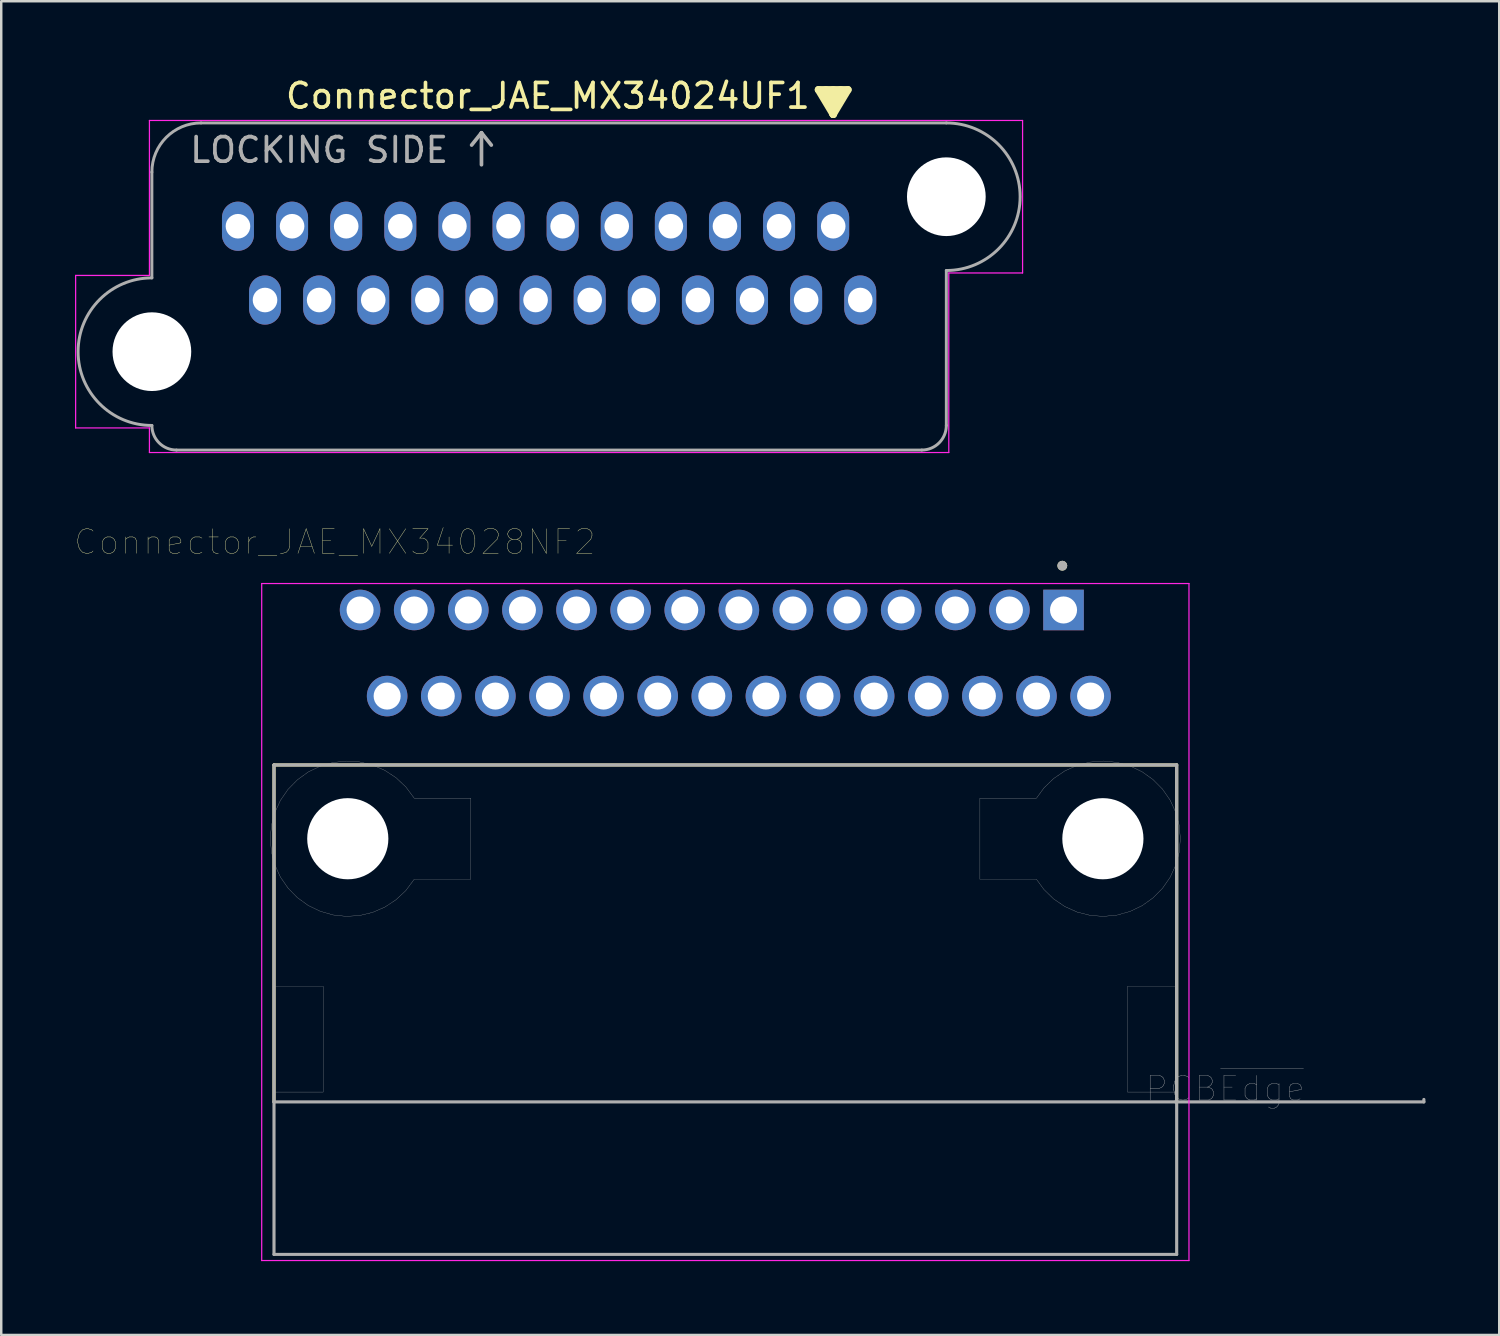
<source format=kicad_pcb>
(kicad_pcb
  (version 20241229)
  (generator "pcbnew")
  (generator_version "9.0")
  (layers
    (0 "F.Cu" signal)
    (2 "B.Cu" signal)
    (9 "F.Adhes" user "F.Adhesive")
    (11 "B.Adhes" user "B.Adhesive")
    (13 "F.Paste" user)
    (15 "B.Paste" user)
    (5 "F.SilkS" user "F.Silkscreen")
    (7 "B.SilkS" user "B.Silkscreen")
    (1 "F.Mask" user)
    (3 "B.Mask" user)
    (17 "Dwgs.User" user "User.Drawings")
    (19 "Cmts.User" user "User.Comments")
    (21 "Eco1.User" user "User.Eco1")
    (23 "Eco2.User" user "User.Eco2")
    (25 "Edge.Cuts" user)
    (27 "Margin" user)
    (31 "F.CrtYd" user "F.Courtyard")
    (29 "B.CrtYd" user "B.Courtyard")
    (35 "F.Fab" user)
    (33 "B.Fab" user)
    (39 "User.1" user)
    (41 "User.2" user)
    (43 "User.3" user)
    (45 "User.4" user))
  (footprint "Connector_JAE_MX34028NF2"
    (layer "F.Cu")
    (at 26.44 31.05)
    (property "Reference" "Connector_JAE_MX34028NF2" (at -15.875 -12.065 0) (layer "F.SilkS") (effects (font (size 1 1) (thickness 0.015))))
    (attr through_hole)
    (fp_line (start -18.35 -3) (end -18.35 10.7) (stroke (width 0.127) (type solid)) (layer "F.SilkS"))
    (fp_line (start -18.35 -3) (end 18.35 -3) (stroke (width 0.127) (type solid)) (layer "F.SilkS"))
    (fp_line (start 18.35 -3) (end 18.35 10.7) (stroke (width 0.127) (type solid)) (layer "F.SilkS"))
    (fp_circle (center 13.7 -11.1) (end 13.8 -11.1) (stroke (width 0.2) (type solid)) (fill no) (layer "F.SilkS"))
    (fp_line (start -18.85 -10.375) (end 18.85 -10.375) (stroke (width 0.05) (type solid)) (layer "F.CrtYd"))
    (fp_line (start -18.85 17.15) (end -18.85 -10.375) (stroke (width 0.05) (type solid)) (layer "F.CrtYd"))
    (fp_line (start 18.85 -10.375) (end 18.85 17.15) (stroke (width 0.05) (type solid)) (layer "F.CrtYd"))
    (fp_line (start 18.85 17.15) (end -18.85 17.15) (stroke (width 0.05) (type solid)) (layer "F.CrtYd"))
    (fp_line (start -18.35 -3) (end 18.35 -3) (stroke (width 0.127) (type solid)) (layer "F.Fab"))
    (fp_line (start -18.35 10.7) (end -18.35 -3) (stroke (width 0.127) (type solid)) (layer "F.Fab"))
    (fp_line (start -18.35 16.9) (end -18.35 10.7) (stroke (width 0.127) (type solid)) (layer "F.Fab"))
    (fp_line (start 18.3 10.7) (end -18.35 10.7) (stroke (width 0.127) (type solid)) (layer "F.Fab"))
    (fp_line (start 18.35 -3) (end 18.35 10.7) (stroke (width 0.127) (type solid)) (layer "F.Fab"))
    (fp_line (start 18.35 10.7) (end 18.3 10.7) (stroke (width 0.127) (type solid)) (layer "F.Fab"))
    (fp_line (start 18.35 10.7) (end 18.35 16.9) (stroke (width 0.127) (type solid)) (layer "F.Fab"))
    (fp_line (start 18.35 10.7) (end 28.4 10.7) (stroke (width 0.127) (type solid)) (layer "F.Fab"))
    (fp_line (start 18.35 16.9) (end -18.35 16.9) (stroke (width 0.127) (type solid)) (layer "F.Fab"))
    (fp_line (start 28.4 10.7) (end 28.4 10.6) (stroke (width 0.127) (type solid)) (layer "F.Fab"))
    (fp_circle (center 13.7 -11.1) (end 13.8 -11.1) (stroke (width 0.2) (type solid)) (fill no) (layer "F.Fab"))
    (fp_poly (pts (xy -18.35 6) (xy -16.35 6) (xy -16.35 10.3) (xy -18.35 10.3)) (stroke (width 0.01) (type solid)) (fill no) (layer "F.Fab"))
    (fp_poly (pts (xy 16.35 6) (xy 18.35 6) (xy 18.35 10.3) (xy 16.35 10.3)) (stroke (width 0.01) (type solid)) (fill no) (layer "F.Fab"))
    (fp_poly (pts (xy -12.65 -1.65) (xy -10.35 -1.65) (xy -10.35 1.65) (xy -12.65 1.65) (xy -12.991 2.108) (xy -13.387 2.479) (xy -13.841 2.778) (xy -14.339 2.994) (xy -14.867 3.122) (xy -15.409 3.157) (xy -15.949 3.099) (xy -16.471 2.949) (xy -16.96 2.713) (xy -17.4 2.395) (xy -17.78 2.007) (xy -18.088 1.56) (xy -18.315 1.066) (xy -18.454 0.541) (xy -18.5 0) (xy -18.454 -0.541) (xy -18.315 -1.066) (xy -18.088 -1.56) (xy -17.78 -2.007) (xy -17.4 -2.395) (xy -16.96 -2.713) (xy -16.471 -2.949) (xy -15.949 -3.099) (xy -15.409 -3.157) (xy -14.867 -3.122) (xy -14.339 -2.994) (xy -13.841 -2.778) (xy -13.387 -2.479) (xy -12.991 -2.108) (xy -12.65 -1.65)) (stroke (width 0.01) (type solid)) (fill no) (layer "F.Fab"))
    (fp_poly (pts (xy 12.65 -1.65) (xy 10.35 -1.65) (xy 10.35 1.65) (xy 12.65 1.65) (xy 12.957 2.069) (xy 13.35 2.45) (xy 13.802 2.757) (xy 14.301 2.981) (xy 14.83 3.116) (xy 15.376 3.158) (xy 15.92 3.105) (xy 16.447 2.959) (xy 16.941 2.724) (xy 17.386 2.407) (xy 17.771 2.019) (xy 18.083 1.569) (xy 18.313 1.073) (xy 18.453 0.545) (xy 18.5 0) (xy 18.453 -0.545) (xy 18.313 -1.073) (xy 18.083 -1.569) (xy 17.771 -2.019) (xy 17.386 -2.407) (xy 16.941 -2.724) (xy 16.447 -2.959) (xy 15.92 -3.105) (xy 15.376 -3.158) (xy 14.83 -3.116) (xy 14.301 -2.981) (xy 13.802 -2.757) (xy 13.35 -2.45) (xy 12.957 -2.069) (xy 12.65 -1.65)) (stroke (width 0.01) (type solid)) (fill no) (layer "F.Fab"))
    (fp_text user "PCB~{Edge}" (at 20.32 10.16 0) (layer "F.Fab") (effects (font (size 1 1) (thickness 0.015))))
    (pad "" np_thru_hole circle (at -15.35 0) (size 3.3 3.3) (drill 3.3) (layers "*.Cu" "*.Mask"))
    (pad "" np_thru_hole circle (at 15.35 0) (size 3.3 3.3) (drill 3.3) (layers "*.Cu" "*.Mask"))
    (pad "1" thru_hole rect (at 13.75 -9.3) (size 1.65 1.65) (drill 1.1) (layers "*.Cu" "*.Mask"))
    (pad "2" thru_hole circle (at 11.55 -9.3) (size 1.65 1.65) (drill 1.1) (layers "*.Cu" "*.Mask"))
    (pad "3" thru_hole circle (at 9.35 -9.3) (size 1.65 1.65) (drill 1.1) (layers "*.Cu" "*.Mask"))
    (pad "4" thru_hole circle (at 7.15 -9.3) (size 1.65 1.65) (drill 1.1) (layers "*.Cu" "*.Mask"))
    (pad "5" thru_hole circle (at 4.95 -9.3) (size 1.65 1.65) (drill 1.1) (layers "*.Cu" "*.Mask"))
    (pad "6" thru_hole circle (at 2.75 -9.3) (size 1.65 1.65) (drill 1.1) (layers "*.Cu" "*.Mask"))
    (pad "7" thru_hole circle (at 0.55 -9.3) (size 1.65 1.65) (drill 1.1) (layers "*.Cu" "*.Mask"))
    (pad "8" thru_hole circle (at -1.65 -9.3) (size 1.65 1.65) (drill 1.1) (layers "*.Cu" "*.Mask"))
    (pad "9" thru_hole circle (at -3.85 -9.3) (size 1.65 1.65) (drill 1.1) (layers "*.Cu" "*.Mask"))
    (pad "10" thru_hole circle (at -6.05 -9.3) (size 1.65 1.65) (drill 1.1) (layers "*.Cu" "*.Mask"))
    (pad "11" thru_hole circle (at -8.25 -9.3) (size 1.65 1.65) (drill 1.1) (layers "*.Cu" "*.Mask"))
    (pad "12" thru_hole circle (at -10.45 -9.3) (size 1.65 1.65) (drill 1.1) (layers "*.Cu" "*.Mask"))
    (pad "13" thru_hole circle (at -12.65 -9.3) (size 1.65 1.65) (drill 1.1) (layers "*.Cu" "*.Mask"))
    (pad "14" thru_hole circle (at -14.85 -9.3) (size 1.65 1.65) (drill 1.1) (layers "*.Cu" "*.Mask"))
    (pad "15" thru_hole circle (at 14.85 -5.8) (size 1.65 1.65) (drill 1.1) (layers "*.Cu" "*.Mask"))
    (pad "16" thru_hole circle (at 12.65 -5.8) (size 1.65 1.65) (drill 1.1) (layers "*.Cu" "*.Mask"))
    (pad "17" thru_hole circle (at 10.45 -5.8) (size 1.65 1.65) (drill 1.1) (layers "*.Cu" "*.Mask"))
    (pad "18" thru_hole circle (at 8.25 -5.8) (size 1.65 1.65) (drill 1.1) (layers "*.Cu" "*.Mask"))
    (pad "19" thru_hole circle (at 6.05 -5.8) (size 1.65 1.65) (drill 1.1) (layers "*.Cu" "*.Mask"))
    (pad "20" thru_hole circle (at 3.85 -5.8) (size 1.65 1.65) (drill 1.1) (layers "*.Cu" "*.Mask"))
    (pad "21" thru_hole circle (at 1.65 -5.8) (size 1.65 1.65) (drill 1.1) (layers "*.Cu" "*.Mask"))
    (pad "22" thru_hole circle (at -0.55 -5.8) (size 1.65 1.65) (drill 1.1) (layers "*.Cu" "*.Mask"))
    (pad "23" thru_hole circle (at -2.75 -5.8) (size 1.65 1.65) (drill 1.1) (layers "*.Cu" "*.Mask"))
    (pad "24" thru_hole circle (at -4.95 -5.8) (size 1.65 1.65) (drill 1.1) (layers "*.Cu" "*.Mask"))
    (pad "25" thru_hole circle (at -7.15 -5.8) (size 1.65 1.65) (drill 1.1) (layers "*.Cu" "*.Mask"))
    (pad "26" thru_hole circle (at -9.35 -5.8) (size 1.65 1.65) (drill 1.1) (layers "*.Cu" "*.Mask"))
    (pad "27" thru_hole circle (at -11.55 -5.8) (size 1.65 1.65) (drill 1.1) (layers "*.Cu" "*.Mask"))
    (pad "28" thru_hole circle (at -13.75 -5.8) (size 1.65 1.65) (drill 1.1) (layers "*.Cu" "*.Mask")))
  (footprint "Connector_JAE_MX34024UF1"
    (layer "F.Cu")
    (at 3.125 11.248)
    (property "Reference" "Connector_JAE_MX34024UF1" (at 16.1 -10.4 180) (layer "F.SilkS") (effects (font (size 1 1) (thickness 0.15))))
    (attr through_hole)
    (fp_line (start 27.4 -10.65) (end 27.7 -9.65) (stroke (width 0.3) (type solid)) (layer "F.SilkS"))
    (fp_line (start 27.7 -9.85) (end 27.7 -10.65) (stroke (width 0.3) (type solid)) (layer "F.SilkS"))
    (fp_line (start 27.7 -9.65) (end 27.1 -10.65) (stroke (width 0.3) (type solid)) (layer "F.SilkS"))
    (fp_line (start 27.7 -9.65) (end 28.3 -10.65) (stroke (width 0.3) (type solid)) (layer "F.SilkS"))
    (fp_line (start 28 -10.65) (end 27.7 -9.65) (stroke (width 0.3) (type solid)) (layer "F.SilkS"))
    (fp_line (start 28.3 -10.65) (end 27.1 -10.65) (stroke (width 0.3) (type solid)) (layer "F.SilkS"))
    (fp_line (start -3.1 -3.1) (end -0.1 -3.1) (stroke (width 0.05) (type solid)) (layer "F.CrtYd"))
    (fp_line (start -3.1 3.1) (end -3.1 -3.1) (stroke (width 0.05) (type solid)) (layer "F.CrtYd"))
    (fp_line (start -0.1 -9.4) (end 35.4 -9.4) (stroke (width 0.05) (type solid)) (layer "F.CrtYd"))
    (fp_line (start -0.1 -3.1) (end -0.1 -9.4) (stroke (width 0.05) (type solid)) (layer "F.CrtYd"))
    (fp_line (start -0.1 3.1) (end -3.1 3.1) (stroke (width 0.05) (type solid)) (layer "F.CrtYd"))
    (fp_line (start -0.1 4.1) (end -0.1 3.1) (stroke (width 0.05) (type solid)) (layer "F.CrtYd"))
    (fp_line (start 32.4 -3.2) (end 32.4 4.1) (stroke (width 0.05) (type solid)) (layer "F.CrtYd"))
    (fp_line (start 32.4 -3.2) (end 35.4 -3.2) (stroke (width 0.05) (type solid)) (layer "F.CrtYd"))
    (fp_line (start 32.4 4.1) (end -0.1 4.1) (stroke (width 0.05) (type solid)) (layer "F.CrtYd"))
    (fp_line (start 35.4 -3.2) (end 35.4 -9.4) (stroke (width 0.05) (type solid)) (layer "F.CrtYd"))
    (fp_line (start 0 -7.3) (end 0 -3) (stroke (width 0.12) (type solid)) (layer "F.Fab"))
    (fp_line (start 1 4) (end 31.3 4) (stroke (width 0.12) (type solid)) (layer "F.Fab"))
    (fp_line (start 13.4 -8.9) (end 13 -8.4) (stroke (width 0.15) (type solid)) (layer "F.Fab"))
    (fp_line (start 13.4 -8.9) (end 13.8 -8.4) (stroke (width 0.15) (type solid)) (layer "F.Fab"))
    (fp_line (start 13.4 -7.6) (end 13.4 -8.9) (stroke (width 0.15) (type solid)) (layer "F.Fab"))
    (fp_line (start 32.3 -9.3) (end 2 -9.3) (stroke (width 0.12) (type solid)) (layer "F.Fab"))
    (fp_line (start 32.3 3) (end 32.3 -3.3) (stroke (width 0.12) (type solid)) (layer "F.Fab"))
    (fp_arc (start 0 -7.3) (mid 0.585786 -8.714214) (end 2 -9.3) (stroke (width 0.12) (type solid)) (layer "F.Fab"))
    (fp_arc (start 0 3) (mid -3 0) (end 0 -3) (stroke (width 0.12) (type solid)) (layer "F.Fab"))
    (fp_arc (start 1 4) (mid 0.292893 3.707107) (end 0 3) (stroke (width 0.12) (type solid)) (layer "F.Fab"))
    (fp_arc (start 32.3 -9.3) (mid 35.3 -6.3) (end 32.3 -3.3) (stroke (width 0.12) (type solid)) (layer "F.Fab"))
    (fp_arc (start 32.3 3) (mid 32.007107 3.707107) (end 31.3 4) (stroke (width 0.12) (type solid)) (layer "F.Fab"))
    (fp_text user "LOCKING SIDE" (at 6.8 -8.2 0) (layer "F.Fab") (effects (font (size 1 1) (thickness 0.15))))
    (pad "" np_thru_hole circle (at 0 0) (size 3.2 3.2) (drill 3.2) (layers "*.Cu" "*.Mask"))
    (pad "" np_thru_hole circle (at 32.3 -6.3) (size 3.2 3.2) (drill 3.2) (layers "*.Cu" "*.Mask"))
    (pad "1" thru_hole oval (at 27.7 -5.1) (size 1.3 2) (drill 1) (layers "*.Cu" "*.Mask"))
    (pad "2" thru_hole oval (at 25.5 -5.1) (size 1.3 2) (drill 1) (layers "*.Cu" "*.Mask"))
    (pad "3" thru_hole oval (at 23.3 -5.1) (size 1.3 2) (drill 1) (layers "*.Cu" "*.Mask"))
    (pad "4" thru_hole oval (at 21.1 -5.1) (size 1.3 2) (drill 1) (layers "*.Cu" "*.Mask"))
    (pad "5" thru_hole oval (at 18.9 -5.1) (size 1.3 2) (drill 1) (layers "*.Cu" "*.Mask"))
    (pad "6" thru_hole oval (at 16.7 -5.1) (size 1.3 2) (drill 1) (layers "*.Cu" "*.Mask"))
    (pad "7" thru_hole oval (at 14.5 -5.1) (size 1.3 2) (drill 1) (layers "*.Cu" "*.Mask"))
    (pad "8" thru_hole oval (at 12.3 -5.1) (size 1.3 2) (drill 1) (layers "*.Cu" "*.Mask"))
    (pad "9" thru_hole oval (at 10.1 -5.1) (size 1.3 2) (drill 1) (layers "*.Cu" "*.Mask"))
    (pad "10" thru_hole oval (at 7.9 -5.1) (size 1.3 2) (drill 1) (layers "*.Cu" "*.Mask"))
    (pad "11" thru_hole oval (at 5.7 -5.1) (size 1.3 2) (drill 1) (layers "*.Cu" "*.Mask"))
    (pad "12" thru_hole oval (at 3.5 -5.1) (size 1.3 2) (drill 1) (layers "*.Cu" "*.Mask"))
    (pad "13" thru_hole oval (at 28.8 -2.1) (size 1.3 2) (drill 1) (layers "*.Cu" "*.Mask"))
    (pad "14" thru_hole oval (at 26.6 -2.1) (size 1.3 2) (drill 1) (layers "*.Cu" "*.Mask"))
    (pad "15" thru_hole oval (at 24.4 -2.1) (size 1.3 2) (drill 1) (layers "*.Cu" "*.Mask"))
    (pad "16" thru_hole oval (at 22.2 -2.1) (size 1.3 2) (drill 1) (layers "*.Cu" "*.Mask"))
    (pad "17" thru_hole oval (at 20 -2.1) (size 1.3 2) (drill 1) (layers "*.Cu" "*.Mask"))
    (pad "18" thru_hole oval (at 17.8 -2.1) (size 1.3 2) (drill 1) (layers "*.Cu" "*.Mask"))
    (pad "19" thru_hole oval (at 15.6 -2.1) (size 1.3 2) (drill 1) (layers "*.Cu" "*.Mask"))
    (pad "20" thru_hole oval (at 13.4 -2.1) (size 1.3 2) (drill 1) (layers "*.Cu" "*.Mask"))
    (pad "21" thru_hole oval (at 11.2 -2.1) (size 1.3 2) (drill 1) (layers "*.Cu" "*.Mask"))
    (pad "22" thru_hole oval (at 9 -2.1) (size 1.3 2) (drill 1) (layers "*.Cu" "*.Mask"))
    (pad "23" thru_hole oval (at 6.8 -2.1) (size 1.3 2) (drill 1) (layers "*.Cu" "*.Mask"))
    (pad "24" thru_hole oval (at 4.6 -2.1) (size 1.3 2) (drill 1) (layers "*.Cu" "*.Mask")))
  (gr_rect
    (start -3 -3)
    (end 57.904 51.225)
    (stroke (width 0.1) (type default))
    (fill no)
    (layer "Edge.Cuts")))
</source>
